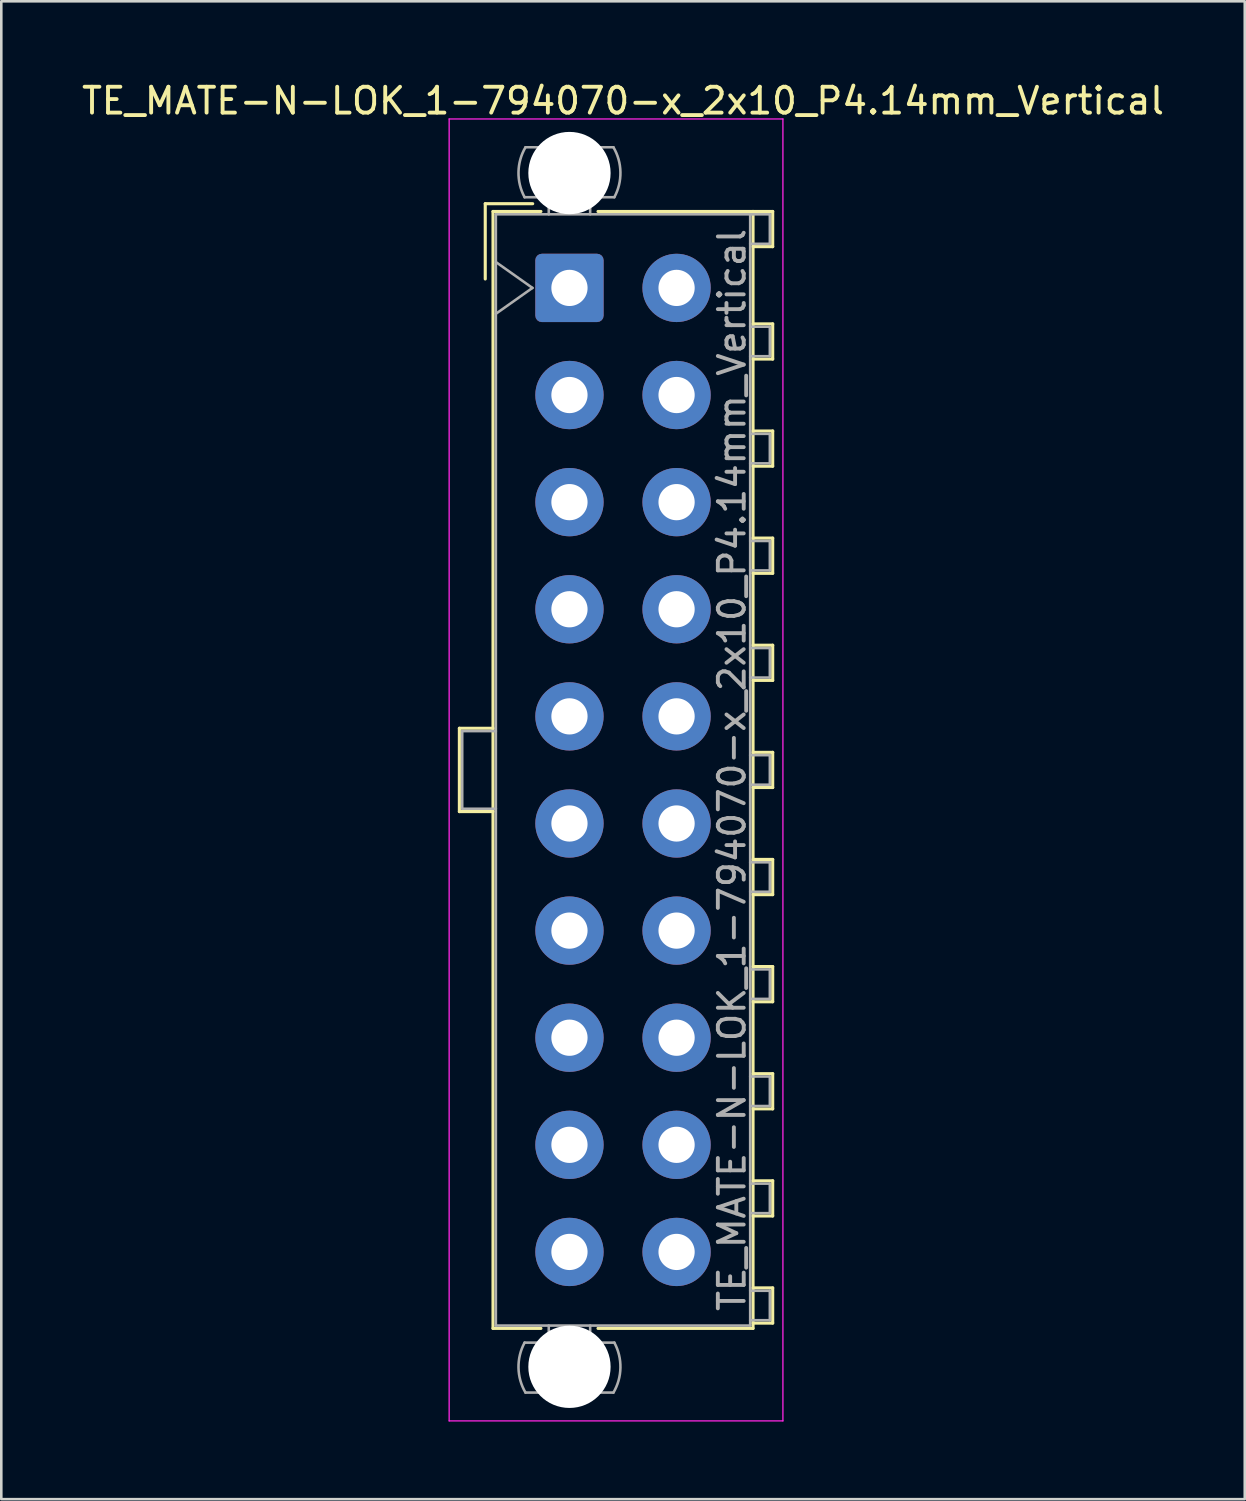
<source format=kicad_pcb>
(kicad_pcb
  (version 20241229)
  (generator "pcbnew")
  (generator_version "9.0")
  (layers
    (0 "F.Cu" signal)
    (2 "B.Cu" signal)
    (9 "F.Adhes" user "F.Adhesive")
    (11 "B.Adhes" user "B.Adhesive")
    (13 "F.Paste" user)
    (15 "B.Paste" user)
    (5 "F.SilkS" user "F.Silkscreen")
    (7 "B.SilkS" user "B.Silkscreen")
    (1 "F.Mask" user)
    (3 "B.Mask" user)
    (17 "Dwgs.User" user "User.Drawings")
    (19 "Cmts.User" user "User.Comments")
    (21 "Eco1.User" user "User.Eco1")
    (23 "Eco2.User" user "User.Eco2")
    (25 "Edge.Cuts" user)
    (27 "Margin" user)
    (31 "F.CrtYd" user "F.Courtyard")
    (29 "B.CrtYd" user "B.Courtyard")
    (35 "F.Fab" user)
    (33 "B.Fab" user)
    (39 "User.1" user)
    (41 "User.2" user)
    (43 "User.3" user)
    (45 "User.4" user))
  (footprint "TE_MATE-N-LOK_1-794070-x_2x10_P4.14mm_Vertical"
    (layer "F.Cu")
    (at 18.96 8.078)
    (property "Reference" "TE_MATE-N-LOK_1-794070-x_2x10_P4.14mm_Vertical" (at 2.07 -7.23 0) (layer "F.SilkS") (effects (font (size 1 1) (thickness 0.15))))
    (attr through_hole)
    (fp_line (start -4.255 17.02) (end -4.255 20.24) (stroke (width 0.12) (type solid)) (layer "F.SilkS"))
    (fp_line (start -4.255 20.24) (end -2.955 20.24) (stroke (width 0.12) (type solid)) (layer "F.SilkS"))
    (fp_line (start -3.255 -3.255) (end -3.255 -0.345) (stroke (width 0.12) (type solid)) (layer "F.SilkS"))
    (fp_line (start -2.955 -2.955) (end -2.955 40.215) (stroke (width 0.12) (type solid)) (layer "F.SilkS"))
    (fp_line (start -2.955 17.02) (end -4.255 17.02) (stroke (width 0.12) (type solid)) (layer "F.SilkS"))
    (fp_line (start -2.955 40.215) (end -1.103 40.215) (stroke (width 0.12) (type solid)) (layer "F.SilkS"))
    (fp_line (start -1.421 -3.255) (end -3.255 -3.255) (stroke (width 0.12) (type solid)) (layer "F.SilkS"))
    (fp_line (start -1.103 -2.955) (end -2.955 -2.955) (stroke (width 0.12) (type solid)) (layer "F.SilkS"))
    (fp_line (start 1.103 -2.955) (end 7.095 -2.955) (stroke (width 0.12) (type solid)) (layer "F.SilkS"))
    (fp_line (start 7.095 -2.955) (end 7.095 40.215) (stroke (width 0.12) (type solid)) (layer "F.SilkS"))
    (fp_line (start 7.095 -2.955) (end 7.855 -2.955) (stroke (width 0.12) (type solid)) (layer "F.SilkS"))
    (fp_line (start 7.095 1.39) (end 7.855 1.39) (stroke (width 0.12) (type solid)) (layer "F.SilkS"))
    (fp_line (start 7.095 5.53) (end 7.855 5.53) (stroke (width 0.12) (type solid)) (layer "F.SilkS"))
    (fp_line (start 7.095 9.67) (end 7.855 9.67) (stroke (width 0.12) (type solid)) (layer "F.SilkS"))
    (fp_line (start 7.095 13.81) (end 7.855 13.81) (stroke (width 0.12) (type solid)) (layer "F.SilkS"))
    (fp_line (start 7.095 17.95) (end 7.855 17.95) (stroke (width 0.12) (type solid)) (layer "F.SilkS"))
    (fp_line (start 7.095 22.09) (end 7.855 22.09) (stroke (width 0.12) (type solid)) (layer "F.SilkS"))
    (fp_line (start 7.095 26.23) (end 7.855 26.23) (stroke (width 0.12) (type solid)) (layer "F.SilkS"))
    (fp_line (start 7.095 30.37) (end 7.855 30.37) (stroke (width 0.12) (type solid)) (layer "F.SilkS"))
    (fp_line (start 7.095 34.51) (end 7.855 34.51) (stroke (width 0.12) (type solid)) (layer "F.SilkS"))
    (fp_line (start 7.095 38.65) (end 7.855 38.65) (stroke (width 0.12) (type solid)) (layer "F.SilkS"))
    (fp_line (start 7.095 40.215) (end 1.103 40.215) (stroke (width 0.12) (type solid)) (layer "F.SilkS"))
    (fp_line (start 7.855 -2.955) (end 7.855 -1.595) (stroke (width 0.12) (type solid)) (layer "F.SilkS"))
    (fp_line (start 7.855 -1.595) (end 7.095 -1.595) (stroke (width 0.12) (type solid)) (layer "F.SilkS"))
    (fp_line (start 7.855 1.39) (end 7.855 2.75) (stroke (width 0.12) (type solid)) (layer "F.SilkS"))
    (fp_line (start 7.855 2.75) (end 7.095 2.75) (stroke (width 0.12) (type solid)) (layer "F.SilkS"))
    (fp_line (start 7.855 5.53) (end 7.855 6.89) (stroke (width 0.12) (type solid)) (layer "F.SilkS"))
    (fp_line (start 7.855 6.89) (end 7.095 6.89) (stroke (width 0.12) (type solid)) (layer "F.SilkS"))
    (fp_line (start 7.855 9.67) (end 7.855 11.03) (stroke (width 0.12) (type solid)) (layer "F.SilkS"))
    (fp_line (start 7.855 11.03) (end 7.095 11.03) (stroke (width 0.12) (type solid)) (layer "F.SilkS"))
    (fp_line (start 7.855 13.81) (end 7.855 15.17) (stroke (width 0.12) (type solid)) (layer "F.SilkS"))
    (fp_line (start 7.855 15.17) (end 7.095 15.17) (stroke (width 0.12) (type solid)) (layer "F.SilkS"))
    (fp_line (start 7.855 17.95) (end 7.855 19.31) (stroke (width 0.12) (type solid)) (layer "F.SilkS"))
    (fp_line (start 7.855 19.31) (end 7.095 19.31) (stroke (width 0.12) (type solid)) (layer "F.SilkS"))
    (fp_line (start 7.855 22.09) (end 7.855 23.45) (stroke (width 0.12) (type solid)) (layer "F.SilkS"))
    (fp_line (start 7.855 23.45) (end 7.095 23.45) (stroke (width 0.12) (type solid)) (layer "F.SilkS"))
    (fp_line (start 7.855 26.23) (end 7.855 27.59) (stroke (width 0.12) (type solid)) (layer "F.SilkS"))
    (fp_line (start 7.855 27.59) (end 7.095 27.59) (stroke (width 0.12) (type solid)) (layer "F.SilkS"))
    (fp_line (start 7.855 30.37) (end 7.855 31.73) (stroke (width 0.12) (type solid)) (layer "F.SilkS"))
    (fp_line (start 7.855 31.73) (end 7.095 31.73) (stroke (width 0.12) (type solid)) (layer "F.SilkS"))
    (fp_line (start 7.855 34.51) (end 7.855 35.87) (stroke (width 0.12) (type solid)) (layer "F.SilkS"))
    (fp_line (start 7.855 35.87) (end 7.095 35.87) (stroke (width 0.12) (type solid)) (layer "F.SilkS"))
    (fp_line (start 7.855 38.65) (end 7.855 40.01) (stroke (width 0.12) (type solid)) (layer "F.SilkS"))
    (fp_line (start 7.855 40.01) (end 7.095 40.01) (stroke (width 0.12) (type solid)) (layer "F.SilkS"))
    (fp_line (start -4.65 -6.53) (end -4.65 43.79) (stroke (width 0.05) (type solid)) (layer "F.CrtYd"))
    (fp_line (start -4.65 43.79) (end 8.25 43.79) (stroke (width 0.05) (type solid)) (layer "F.CrtYd"))
    (fp_line (start 8.25 -6.53) (end -4.65 -6.53) (stroke (width 0.05) (type solid)) (layer "F.CrtYd"))
    (fp_line (start 8.25 43.79) (end 8.25 -6.53) (stroke (width 0.05) (type solid)) (layer "F.CrtYd"))
    (fp_line (start -4.145 17.13) (end -4.145 20.13) (stroke (width 0.1) (type solid)) (layer "F.Fab"))
    (fp_line (start -4.145 20.13) (end -2.845 20.13) (stroke (width 0.1) (type solid)) (layer "F.Fab"))
    (fp_line (start -2.845 -2.845) (end -2.845 40.105) (stroke (width 0.1) (type solid)) (layer "F.Fab"))
    (fp_line (start -2.845 -1) (end -1.431 0) (stroke (width 0.1) (type solid)) (layer "F.Fab"))
    (fp_line (start -2.845 17.13) (end -4.145 17.13) (stroke (width 0.1) (type solid)) (layer "F.Fab"))
    (fp_line (start -2.845 40.105) (end 6.985 40.105) (stroke (width 0.1) (type solid)) (layer "F.Fab"))
    (fp_line (start -1.431 0) (end -2.845 1) (stroke (width 0.1) (type solid)) (layer "F.Fab"))
    (fp_line (start -0.8 -2.845) (end -0.8 -3.505) (stroke (width 0.1) (type solid)) (layer "F.Fab"))
    (fp_line (start -0.8 40.105) (end -0.8 40.765) (stroke (width 0.1) (type solid)) (layer "F.Fab"))
    (fp_line (start 0.8 -2.845) (end 0.8 -3.505) (stroke (width 0.1) (type solid)) (layer "F.Fab"))
    (fp_line (start 0.8 40.105) (end 0.8 40.765) (stroke (width 0.1) (type solid)) (layer "F.Fab"))
    (fp_line (start 1.7 -5.436) (end -1.7 -5.436) (stroke (width 0.1) (type solid)) (layer "F.Fab"))
    (fp_line (start 1.7 42.696) (end -1.7 42.696) (stroke (width 0.1) (type solid)) (layer "F.Fab"))
    (fp_line (start 1.734 -3.505) (end -1.734 -3.505) (stroke (width 0.1) (type solid)) (layer "F.Fab"))
    (fp_line (start 1.734 40.765) (end -1.734 40.765) (stroke (width 0.1) (type solid)) (layer "F.Fab"))
    (fp_line (start 6.985 -2.845) (end -2.845 -2.845) (stroke (width 0.1) (type solid)) (layer "F.Fab"))
    (fp_line (start 6.985 -2.845) (end 7.745 -2.845) (stroke (width 0.1) (type solid)) (layer "F.Fab"))
    (fp_line (start 6.985 1.5) (end 7.745 1.5) (stroke (width 0.1) (type solid)) (layer "F.Fab"))
    (fp_line (start 6.985 5.64) (end 7.745 5.64) (stroke (width 0.1) (type solid)) (layer "F.Fab"))
    (fp_line (start 6.985 9.78) (end 7.745 9.78) (stroke (width 0.1) (type solid)) (layer "F.Fab"))
    (fp_line (start 6.985 13.92) (end 7.745 13.92) (stroke (width 0.1) (type solid)) (layer "F.Fab"))
    (fp_line (start 6.985 18.06) (end 7.745 18.06) (stroke (width 0.1) (type solid)) (layer "F.Fab"))
    (fp_line (start 6.985 22.2) (end 7.745 22.2) (stroke (width 0.1) (type solid)) (layer "F.Fab"))
    (fp_line (start 6.985 26.34) (end 7.745 26.34) (stroke (width 0.1) (type solid)) (layer "F.Fab"))
    (fp_line (start 6.985 30.48) (end 7.745 30.48) (stroke (width 0.1) (type solid)) (layer "F.Fab"))
    (fp_line (start 6.985 34.62) (end 7.745 34.62) (stroke (width 0.1) (type solid)) (layer "F.Fab"))
    (fp_line (start 6.985 38.76) (end 7.745 38.76) (stroke (width 0.1) (type solid)) (layer "F.Fab"))
    (fp_line (start 6.985 40.105) (end 6.985 -2.845) (stroke (width 0.1) (type solid)) (layer "F.Fab"))
    (fp_line (start 7.745 -2.845) (end 7.745 -1.705) (stroke (width 0.1) (type solid)) (layer "F.Fab"))
    (fp_line (start 7.745 -1.705) (end 6.985 -1.705) (stroke (width 0.1) (type solid)) (layer "F.Fab"))
    (fp_line (start 7.745 1.5) (end 7.745 2.64) (stroke (width 0.1) (type solid)) (layer "F.Fab"))
    (fp_line (start 7.745 2.64) (end 6.985 2.64) (stroke (width 0.1) (type solid)) (layer "F.Fab"))
    (fp_line (start 7.745 5.64) (end 7.745 6.78) (stroke (width 0.1) (type solid)) (layer "F.Fab"))
    (fp_line (start 7.745 6.78) (end 6.985 6.78) (stroke (width 0.1) (type solid)) (layer "F.Fab"))
    (fp_line (start 7.745 9.78) (end 7.745 10.92) (stroke (width 0.1) (type solid)) (layer "F.Fab"))
    (fp_line (start 7.745 10.92) (end 6.985 10.92) (stroke (width 0.1) (type solid)) (layer "F.Fab"))
    (fp_line (start 7.745 13.92) (end 7.745 15.06) (stroke (width 0.1) (type solid)) (layer "F.Fab"))
    (fp_line (start 7.745 15.06) (end 6.985 15.06) (stroke (width 0.1) (type solid)) (layer "F.Fab"))
    (fp_line (start 7.745 18.06) (end 7.745 19.2) (stroke (width 0.1) (type solid)) (layer "F.Fab"))
    (fp_line (start 7.745 19.2) (end 6.985 19.2) (stroke (width 0.1) (type solid)) (layer "F.Fab"))
    (fp_line (start 7.745 22.2) (end 7.745 23.34) (stroke (width 0.1) (type solid)) (layer "F.Fab"))
    (fp_line (start 7.745 23.34) (end 6.985 23.34) (stroke (width 0.1) (type solid)) (layer "F.Fab"))
    (fp_line (start 7.745 26.34) (end 7.745 27.48) (stroke (width 0.1) (type solid)) (layer "F.Fab"))
    (fp_line (start 7.745 27.48) (end 6.985 27.48) (stroke (width 0.1) (type solid)) (layer "F.Fab"))
    (fp_line (start 7.745 30.48) (end 7.745 31.62) (stroke (width 0.1) (type solid)) (layer "F.Fab"))
    (fp_line (start 7.745 31.62) (end 6.985 31.62) (stroke (width 0.1) (type solid)) (layer "F.Fab"))
    (fp_line (start 7.745 34.62) (end 7.745 35.76) (stroke (width 0.1) (type solid)) (layer "F.Fab"))
    (fp_line (start 7.745 35.76) (end 6.985 35.76) (stroke (width 0.1) (type solid)) (layer "F.Fab"))
    (fp_line (start 7.745 38.76) (end 7.745 39.9) (stroke (width 0.1) (type solid)) (layer "F.Fab"))
    (fp_line (start 7.745 39.9) (end 6.985 39.9) (stroke (width 0.1) (type solid)) (layer "F.Fab"))
    (fp_arc (start -1.733977 -3.505) (mid -1.969689 -4.474992) (end -1.699672 -5.436) (stroke (width 0.1) (type solid)) (layer "F.Fab"))
    (fp_arc (start -1.699672 42.696) (mid -1.969689 41.734992) (end -1.733977 40.765) (stroke (width 0.1) (type solid)) (layer "F.Fab"))
    (fp_arc (start 1.699672 -5.436) (mid 1.969689 -4.474992) (end 1.733977 -3.505) (stroke (width 0.1) (type solid)) (layer "F.Fab"))
    (fp_arc (start 1.733977 40.765) (mid 1.969689 41.734992) (end 1.699672 42.696) (stroke (width 0.1) (type solid)) (layer "F.Fab"))
    (fp_text user "${REFERENCE}" (at 6.28 18.63 90) (layer "F.Fab") (effects (font (size 1 1) (thickness 0.15))))
    (pad "" np_thru_hole circle (at 0 -4.44) (size 3.18 3.18) (drill 3.18) (layers "*.Cu" "*.Mask"))
    (pad "" np_thru_hole circle (at 0 41.7) (size 3.18 3.18) (drill 3.18) (layers "*.Cu" "*.Mask"))
    (pad "1" thru_hole roundrect (at 0 0) (size 2.64 2.64) (drill 1.4) (layers "*.Cu" "*.Mask") (roundrect_rratio 0.095))
    (pad "2" thru_hole circle (at 0 4.14) (size 2.64 2.64) (drill 1.4) (layers "*.Cu" "*.Mask"))
    (pad "3" thru_hole circle (at 0 8.28) (size 2.64 2.64) (drill 1.4) (layers "*.Cu" "*.Mask"))
    (pad "4" thru_hole circle (at 0 12.42) (size 2.64 2.64) (drill 1.4) (layers "*.Cu" "*.Mask"))
    (pad "5" thru_hole circle (at 0 16.56) (size 2.64 2.64) (drill 1.4) (layers "*.Cu" "*.Mask"))
    (pad "6" thru_hole circle (at 0 20.7) (size 2.64 2.64) (drill 1.4) (layers "*.Cu" "*.Mask"))
    (pad "7" thru_hole circle (at 0 24.84) (size 2.64 2.64) (drill 1.4) (layers "*.Cu" "*.Mask"))
    (pad "8" thru_hole circle (at 0 28.98) (size 2.64 2.64) (drill 1.4) (layers "*.Cu" "*.Mask"))
    (pad "9" thru_hole circle (at 0 33.12) (size 2.64 2.64) (drill 1.4) (layers "*.Cu" "*.Mask"))
    (pad "10" thru_hole circle (at 0 37.26) (size 2.64 2.64) (drill 1.4) (layers "*.Cu" "*.Mask"))
    (pad "11" thru_hole circle (at 4.14 0) (size 2.64 2.64) (drill 1.4) (layers "*.Cu" "*.Mask"))
    (pad "12" thru_hole circle (at 4.14 4.14) (size 2.64 2.64) (drill 1.4) (layers "*.Cu" "*.Mask"))
    (pad "13" thru_hole circle (at 4.14 8.28) (size 2.64 2.64) (drill 1.4) (layers "*.Cu" "*.Mask"))
    (pad "14" thru_hole circle (at 4.14 12.42) (size 2.64 2.64) (drill 1.4) (layers "*.Cu" "*.Mask"))
    (pad "15" thru_hole circle (at 4.14 16.56) (size 2.64 2.64) (drill 1.4) (layers "*.Cu" "*.Mask"))
    (pad "16" thru_hole circle (at 4.14 20.7) (size 2.64 2.64) (drill 1.4) (layers "*.Cu" "*.Mask"))
    (pad "17" thru_hole circle (at 4.14 24.84) (size 2.64 2.64) (drill 1.4) (layers "*.Cu" "*.Mask"))
    (pad "18" thru_hole circle (at 4.14 28.98) (size 2.64 2.64) (drill 1.4) (layers "*.Cu" "*.Mask"))
    (pad "19" thru_hole circle (at 4.14 33.12) (size 2.64 2.64) (drill 1.4) (layers "*.Cu" "*.Mask"))
    (pad "20" thru_hole circle (at 4.14 37.26) (size 2.64 2.64) (drill 1.4) (layers "*.Cu" "*.Mask")))
  (gr_rect
    (start -3 -3)
    (end 45.06 54.893)
    (stroke (width 0.1) (type default))
    (fill no)
    (layer "Edge.Cuts")))
</source>
